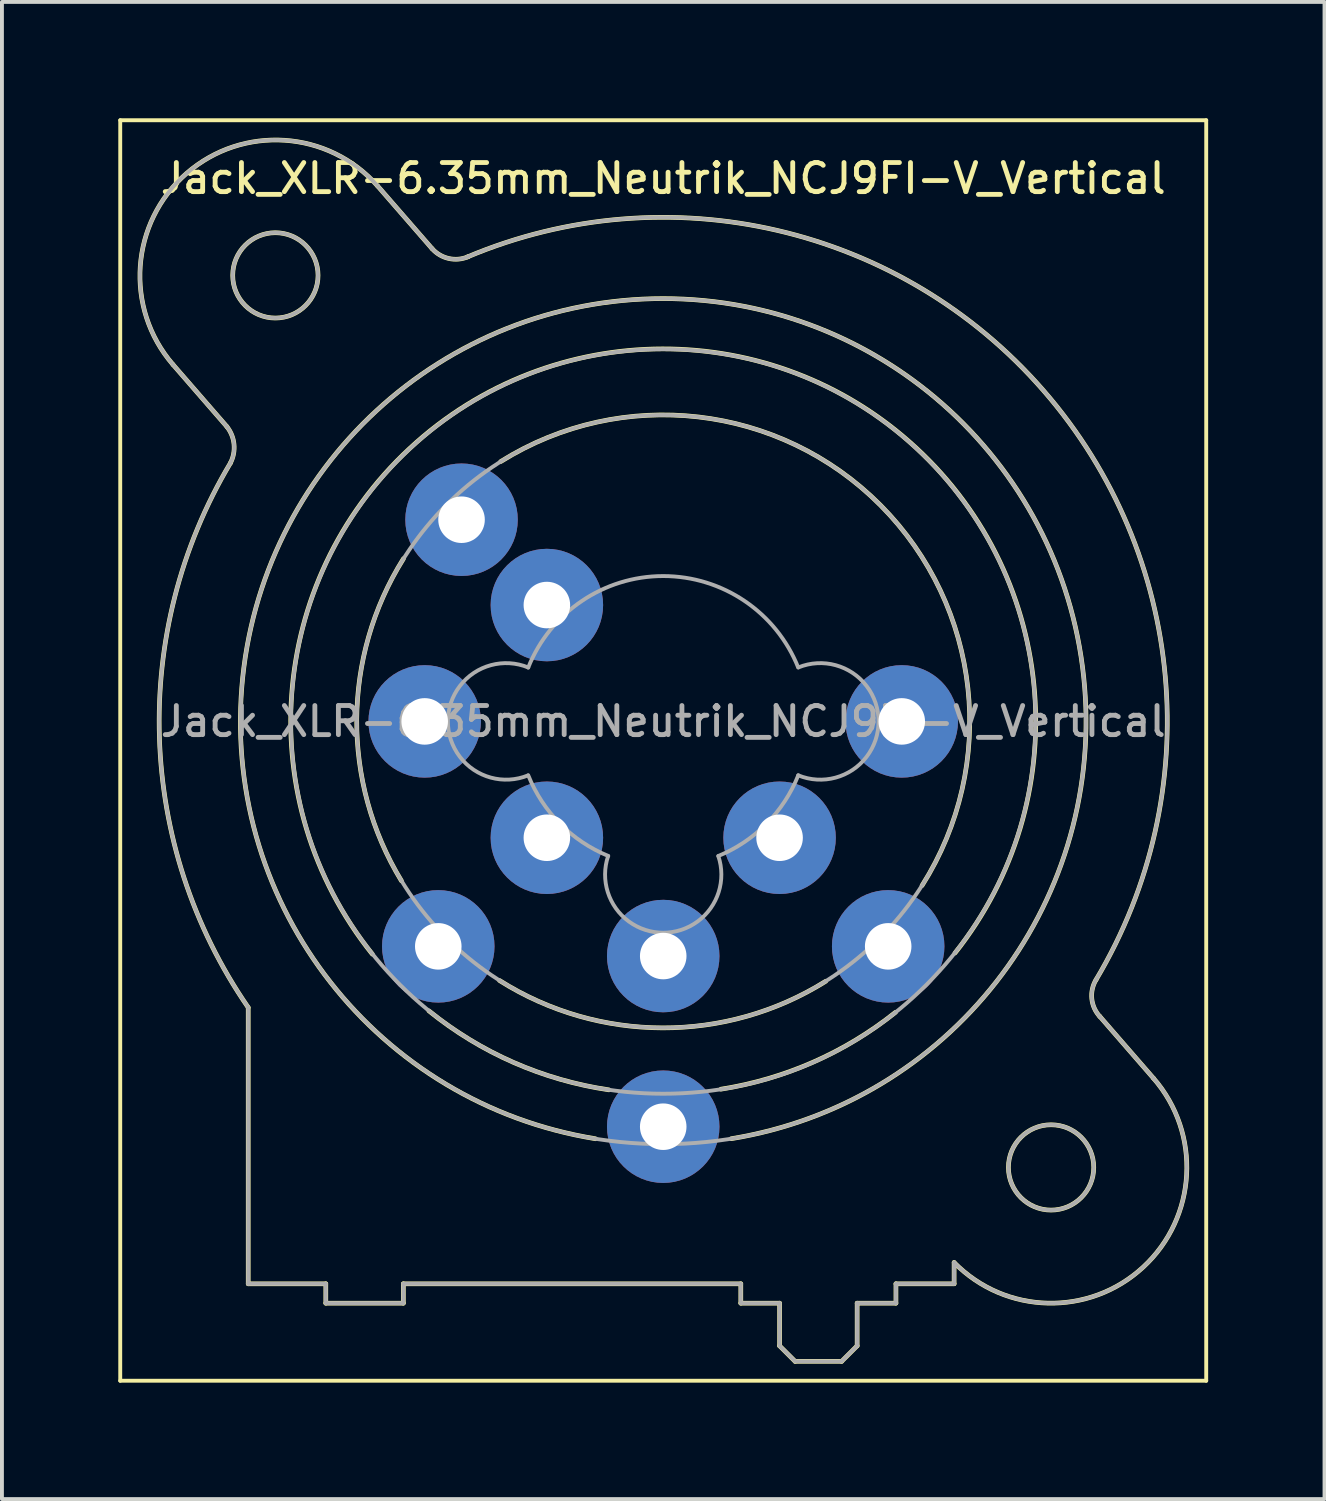
<source format=kicad_pcb>
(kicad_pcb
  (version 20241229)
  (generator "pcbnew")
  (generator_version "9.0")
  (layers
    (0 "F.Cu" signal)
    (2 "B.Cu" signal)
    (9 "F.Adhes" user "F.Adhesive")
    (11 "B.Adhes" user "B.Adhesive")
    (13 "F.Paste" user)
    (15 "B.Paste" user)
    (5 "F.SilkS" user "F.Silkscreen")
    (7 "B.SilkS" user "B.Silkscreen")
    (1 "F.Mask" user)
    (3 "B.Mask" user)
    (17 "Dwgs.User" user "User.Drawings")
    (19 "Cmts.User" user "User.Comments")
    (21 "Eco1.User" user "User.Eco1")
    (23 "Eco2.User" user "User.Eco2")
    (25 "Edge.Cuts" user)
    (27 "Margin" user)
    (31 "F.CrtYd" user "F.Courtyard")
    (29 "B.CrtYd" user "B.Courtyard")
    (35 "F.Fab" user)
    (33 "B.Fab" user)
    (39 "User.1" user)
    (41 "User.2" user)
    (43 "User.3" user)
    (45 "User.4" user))
  (footprint "Jack_XLR-6.35mm_Neutrik_NCJ9FI-V_Vertical"
    (layer "F.Cu")
    (at 20.2 15.55)
    (property "Reference" "Jack_XLR-6.35mm_Neutrik_NCJ9FI-V_Vertical" (at -6.15 -14 0) (layer "F.SilkS") (effects (font (size 0.75 0.75) (thickness 0.125))))
    (attr through_hole)
    (fp_line (start -20.15 -15.5) (end 7.85 -15.5) (stroke (width 0.1) (type solid)) (layer "F.SilkS"))
    (fp_line (start -20.15 17) (end -20.15 -15.5) (stroke (width 0.1) (type solid)) (layer "F.SilkS"))
    (fp_line (start -17.4 -7.6) (end -18.79 -9.2) (stroke (width 0.12) (type solid)) (layer "F.SilkS"))
    (fp_line (start -16.85 14.5) (end -16.85 7.38) (stroke (width 0.12) (type solid)) (layer "F.SilkS"))
    (fp_line (start -14.85 14.5) (end -16.85 14.5) (stroke (width 0.12) (type solid)) (layer "F.SilkS"))
    (fp_line (start -14.85 14.5) (end -14.85 15) (stroke (width 0.12) (type solid)) (layer "F.SilkS"))
    (fp_line (start -13.51 -13.8) (end -12.11 -12.19) (stroke (width 0.12) (type solid)) (layer "F.SilkS"))
    (fp_line (start -12.85 14.5) (end -12.85 15) (stroke (width 0.12) (type solid)) (layer "F.SilkS"))
    (fp_line (start -12.85 15) (end -14.85 15) (stroke (width 0.12) (type solid)) (layer "F.SilkS"))
    (fp_line (start -4.15 14.5) (end -12.85 14.5) (stroke (width 0.12) (type solid)) (layer "F.SilkS"))
    (fp_line (start -4.15 14.5) (end -4.15 15) (stroke (width 0.12) (type solid)) (layer "F.SilkS"))
    (fp_line (start -3.15 15) (end -4.15 15) (stroke (width 0.12) (type solid)) (layer "F.SilkS"))
    (fp_line (start -3.15 15) (end -3.15 16.1) (stroke (width 0.12) (type solid)) (layer "F.SilkS"))
    (fp_line (start -3.15 16.1) (end -2.75 16.5) (stroke (width 0.12) (type solid)) (layer "F.SilkS"))
    (fp_line (start -1.55 16.5) (end -2.75 16.5) (stroke (width 0.12) (type solid)) (layer "F.SilkS"))
    (fp_line (start -1.15 15) (end -1.15 16.1) (stroke (width 0.12) (type solid)) (layer "F.SilkS"))
    (fp_line (start -1.15 16.1) (end -1.55 16.5) (stroke (width 0.12) (type solid)) (layer "F.SilkS"))
    (fp_line (start -0.15 14.5) (end -0.15 15) (stroke (width 0.12) (type solid)) (layer "F.SilkS"))
    (fp_line (start -0.15 15) (end -1.15 15) (stroke (width 0.12) (type solid)) (layer "F.SilkS"))
    (fp_line (start 1.35 13.95) (end 1.35 14.5) (stroke (width 0.12) (type solid)) (layer "F.SilkS"))
    (fp_line (start 1.35 14.5) (end -0.15 14.5) (stroke (width 0.12) (type solid)) (layer "F.SilkS"))
    (fp_line (start 5.1 7.6) (end 6.49 9.2) (stroke (width 0.12) (type solid)) (layer "F.SilkS"))
    (fp_line (start 7.85 -15.5) (end 7.85 17) (stroke (width 0.1) (type solid)) (layer "F.SilkS"))
    (fp_line (start 7.85 17) (end -20.15 17) (stroke (width 0.1) (type solid)) (layer "F.SilkS"))
    (fp_arc (start -18.79 -9.2) (mid -18.45 -14.14) (end -13.51 -13.8) (stroke (width 0.12) (type solid)) (layer "F.SilkS"))
    (fp_arc (start -17.400452 -7.59955) (mid -17.216295 -7.14315) (end -17.31 -6.66) (stroke (width 0.12) (type solid)) (layer "F.SilkS"))
    (fp_arc (start -16.851206 7.374645) (mid -19.139261 0.42462) (end -17.31 -6.66) (stroke (width 0.12) (type solid)) (layer "F.SilkS"))
    (fp_arc (start -13.65 6) (mid -6.168408 -9.604669) (end 1.372943 5.971208) (stroke (width 0.12) (type solid)) (layer "F.SilkS"))
    (fp_arc (start -12.9 4.11) (mid -14.052663 -0.0501) (end -12.847348 -4.195251) (stroke (width 0.12) (type solid)) (layer "F.SilkS"))
    (fp_arc (start -11.201352 -11.974349) (mid 3.655031 -8.530097) (end 5.01 6.66) (stroke (width 0.12) (type solid)) (layer "F.SilkS"))
    (fp_arc (start -11.177539 -11.981856) (mid -11.677484 -11.93489) (end -12.11 -12.19) (stroke (width 0.12) (type solid)) (layer "F.SilkS"))
    (fp_arc (start -10.34 -6.7) (mid -0.544787 -5.570251) (end 0.523653 4.231839) (stroke (width 0.12) (type solid)) (layer "F.SilkS"))
    (fp_arc (start -7.9 10.76) (mid -6.152346 -10.90138) (end -4.395368 10.759246) (stroke (width 0.12) (type solid)) (layer "F.SilkS"))
    (fp_arc (start -7.55 9.5) (mid -10.007174 8.793873) (end -12.190932 7.464391) (stroke (width 0.12) (type solid)) (layer "F.SilkS"))
    (fp_arc (start -1.96 6.7) (mid -6.167825 7.902264) (end -10.370184 6.681029) (stroke (width 0.12) (type solid)) (layer "F.SilkS"))
    (fp_arc (start -0.16 7.5) (mid -2.282236 8.784674) (end -4.662837 9.482534) (stroke (width 0.12) (type solid)) (layer "F.SilkS"))
    (fp_arc (start 5.109394 7.611661) (mid 4.900255 7.152483) (end 5.01 6.66) (stroke (width 0.12) (type solid)) (layer "F.SilkS"))
    (fp_arc (start 6.49 9.2) (mid 6.227307 14.070606) (end 1.351052 13.95252) (stroke (width 0.12) (type solid)) (layer "F.SilkS"))
    (fp_circle (center -16.15 -11.5) (end -15.05 -11.5) (stroke (width 0.12) (type solid)) (fill no) (layer "F.SilkS"))
    (fp_circle (center 3.85 11.5) (end 4.95 11.5) (stroke (width 0.12) (type solid)) (fill no) (layer "F.SilkS"))
    (fp_line (start -17.4 -7.6) (end -18.79 -9.2) (stroke (width 0.1) (type solid)) (layer "F.Fab"))
    (fp_line (start -16.85 14.5) (end -16.85 7.38) (stroke (width 0.1) (type solid)) (layer "F.Fab"))
    (fp_line (start -14.85 14.5) (end -16.85 14.5) (stroke (width 0.1) (type solid)) (layer "F.Fab"))
    (fp_line (start -14.85 14.5) (end -14.85 15) (stroke (width 0.1) (type solid)) (layer "F.Fab"))
    (fp_line (start -13.51 -13.8) (end -12.11 -12.19) (stroke (width 0.1) (type solid)) (layer "F.Fab"))
    (fp_line (start -12.85 14.5) (end -12.85 15) (stroke (width 0.1) (type solid)) (layer "F.Fab"))
    (fp_line (start -12.85 15) (end -14.85 15) (stroke (width 0.1) (type solid)) (layer "F.Fab"))
    (fp_line (start -4.15 14.5) (end -12.85 14.5) (stroke (width 0.1) (type solid)) (layer "F.Fab"))
    (fp_line (start -4.15 14.5) (end -4.15 15) (stroke (width 0.1) (type solid)) (layer "F.Fab"))
    (fp_line (start -3.15 15) (end -4.15 15) (stroke (width 0.1) (type solid)) (layer "F.Fab"))
    (fp_line (start -3.15 15) (end -3.15 16.1) (stroke (width 0.1) (type solid)) (layer "F.Fab"))
    (fp_line (start -3.15 16.1) (end -2.75 16.5) (stroke (width 0.1) (type solid)) (layer "F.Fab"))
    (fp_line (start -1.55 16.5) (end -2.75 16.5) (stroke (width 0.1) (type solid)) (layer "F.Fab"))
    (fp_line (start -1.15 15) (end -1.15 16.1) (stroke (width 0.1) (type solid)) (layer "F.Fab"))
    (fp_line (start -1.15 16.1) (end -1.55 16.5) (stroke (width 0.1) (type solid)) (layer "F.Fab"))
    (fp_line (start -0.15 14.5) (end -0.15 15) (stroke (width 0.1) (type solid)) (layer "F.Fab"))
    (fp_line (start -0.15 15) (end -1.15 15) (stroke (width 0.1) (type solid)) (layer "F.Fab"))
    (fp_line (start 1.35 13.95) (end 1.35 14.5) (stroke (width 0.1) (type solid)) (layer "F.Fab"))
    (fp_line (start 1.35 14.5) (end -0.15 14.5) (stroke (width 0.1) (type solid)) (layer "F.Fab"))
    (fp_line (start 5.1 7.6) (end 6.49 9.2) (stroke (width 0.1) (type solid)) (layer "F.Fab"))
    (fp_arc (start -18.79 -9.2) (mid -18.45 -14.14) (end -13.51 -13.8) (stroke (width 0.1) (type solid)) (layer "F.Fab"))
    (fp_arc (start -17.400452 -7.59955) (mid -17.216295 -7.14315) (end -17.31 -6.66) (stroke (width 0.1) (type solid)) (layer "F.Fab"))
    (fp_arc (start -16.851206 7.374645) (mid -19.139261 0.42462) (end -17.31 -6.66) (stroke (width 0.1) (type solid)) (layer "F.Fab"))
    (fp_arc (start -11.201352 -11.974349) (mid 3.655031 -8.530097) (end 5.01 6.66) (stroke (width 0.1) (type solid)) (layer "F.Fab"))
    (fp_arc (start -11.177539 -11.981856) (mid -11.677484 -11.93489) (end -12.11 -12.19) (stroke (width 0.1) (type solid)) (layer "F.Fab"))
    (fp_arc (start -9.634717 1.391925) (mid -11.702329 -0.002547) (end -9.63 -1.39) (stroke (width 0.1) (type solid)) (layer "F.Fab"))
    (fp_arc (start -9.631116 -1.387204) (mid -6.151505 -3.747333) (end -2.67 -1.39) (stroke (width 0.1) (type solid)) (layer "F.Fab"))
    (fp_arc (start -7.567529 3.468878) (mid -8.810241 2.639246) (end -9.63 1.39) (stroke (width 0.1) (type solid)) (layer "F.Fab"))
    (fp_arc (start -4.729599 3.471189) (mid -6.150627 5.448932) (end -7.57 3.47) (stroke (width 0.1) (type solid)) (layer "F.Fab"))
    (fp_arc (start -2.667476 1.389002) (mid -3.487046 2.639314) (end -4.73 3.47) (stroke (width 0.1) (type solid)) (layer "F.Fab"))
    (fp_arc (start -2.665283 -1.391925) (mid -0.597671 0.002547) (end -2.67 1.39) (stroke (width 0.1) (type solid)) (layer "F.Fab"))
    (fp_arc (start 5.109394 7.611661) (mid 4.900255 7.152483) (end 5.01 6.66) (stroke (width 0.1) (type solid)) (layer "F.Fab"))
    (fp_arc (start 6.49 9.2) (mid 6.227307 14.070606) (end 1.351052 13.95252) (stroke (width 0.1) (type solid)) (layer "F.Fab"))
    (fp_circle (center -16.15 -11.5) (end -15.05 -11.5) (stroke (width 0.1) (type solid)) (fill no) (layer "F.Fab"))
    (fp_circle (center -6.15 0) (end 1.75 0) (stroke (width 0.1) (type solid)) (fill no) (layer "F.Fab"))
    (fp_circle (center -6.15 0) (end 3.45 0) (stroke (width 0.1) (type solid)) (fill no) (layer "F.Fab"))
    (fp_circle (center -6.15 0) (end 4.75 0) (stroke (width 0.1) (type solid)) (fill no) (layer "F.Fab"))
    (fp_circle (center 3.85 11.5) (end 4.95 11.5) (stroke (width 0.1) (type solid)) (fill no) (layer "F.Fab"))
    (fp_text user "${REFERENCE}" (at -6.15 0 0) (layer "F.Fab") (effects (font (size 0.75 0.75) (thickness 0.125))))
    (pad "1" thru_hole circle (at 0 0) (size 2.9 2.9) (drill 1.2) (layers "*.Cu" "*.Mask"))
    (pad "2" thru_hole circle (at -12.3 0) (size 2.9 2.9) (drill 1.2) (layers "*.Cu" "*.Mask"))
    (pad "3" thru_hole circle (at -6.15 6.05) (size 2.9 2.9) (drill 1.2) (layers "*.Cu" "*.Mask"))
    (pad "G" thru_hole circle (at -6.15 10.45) (size 2.9 2.9) (drill 1.2) (layers "*.Cu" "*.Mask"))
    (pad "R" thru_hole circle (at -0.35 5.8) (size 2.9 2.9) (drill 1.2) (layers "*.Cu" "*.Mask"))
    (pad "RN" thru_hole circle (at -3.15 3) (size 2.9 2.9) (drill 1.2) (layers "*.Cu" "*.Mask"))
    (pad "S" thru_hole circle (at -11.95 5.8) (size 2.9 2.9) (drill 1.2) (layers "*.Cu" "*.Mask"))
    (pad "SN" thru_hole circle (at -9.15 3) (size 2.9 2.9) (drill 1.2) (layers "*.Cu" "*.Mask"))
    (pad "T" thru_hole circle (at -11.35 -5.2) (size 2.9 2.9) (drill 1.2) (layers "*.Cu" "*.Mask"))
    (pad "TN" thru_hole circle (at -9.15 -3) (size 2.9 2.9) (drill 1.2) (layers "*.Cu" "*.Mask")))
  (gr_rect
    (start -3 -3)
    (end 31.1 35.6)
    (stroke (width 0.1) (type default))
    (fill no)
    (layer "Edge.Cuts")))
</source>
